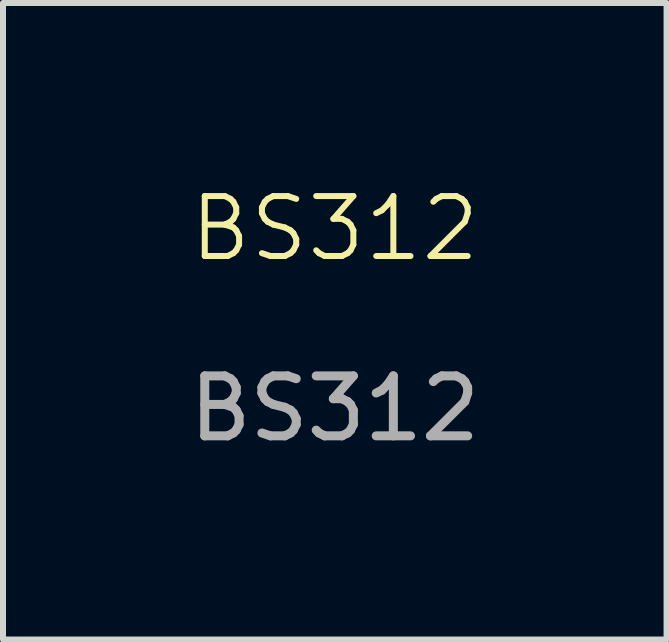
<source format=kicad_pcb>
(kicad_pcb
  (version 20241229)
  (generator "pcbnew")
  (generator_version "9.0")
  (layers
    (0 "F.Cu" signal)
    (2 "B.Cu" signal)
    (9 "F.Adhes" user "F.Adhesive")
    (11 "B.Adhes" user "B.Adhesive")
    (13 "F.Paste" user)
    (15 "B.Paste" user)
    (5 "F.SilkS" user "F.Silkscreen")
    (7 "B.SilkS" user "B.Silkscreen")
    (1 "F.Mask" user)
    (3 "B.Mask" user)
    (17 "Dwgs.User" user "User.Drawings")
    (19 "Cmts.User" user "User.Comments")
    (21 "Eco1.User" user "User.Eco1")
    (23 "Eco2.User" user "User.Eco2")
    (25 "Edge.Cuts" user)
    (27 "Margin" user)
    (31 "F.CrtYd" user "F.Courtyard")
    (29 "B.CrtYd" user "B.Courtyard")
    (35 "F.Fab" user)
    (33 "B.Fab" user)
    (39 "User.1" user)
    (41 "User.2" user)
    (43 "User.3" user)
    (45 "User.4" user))
  (footprint "BS312"
    (layer "F.Cu")
    (at 2.53 1.26)
    (property "Reference" "BS312" (at 0 -0.5 0) (unlocked yes) (layer "F.SilkS") (effects (font (size 1 1) (thickness 0.1))))
    (attr through_hole)
    (fp_text user "${REFERENCE}" (at 0 2.5 0) (unlocked yes) (layer "F.Fab") (effects (font (size 1 1) (thickness 0.15)))))
  (gr_rect
    (start -3 -3)
    (end 8.06 7.609)
    (stroke (width 0.1) (type default))
    (fill no)
    (layer "Edge.Cuts")))
</source>
